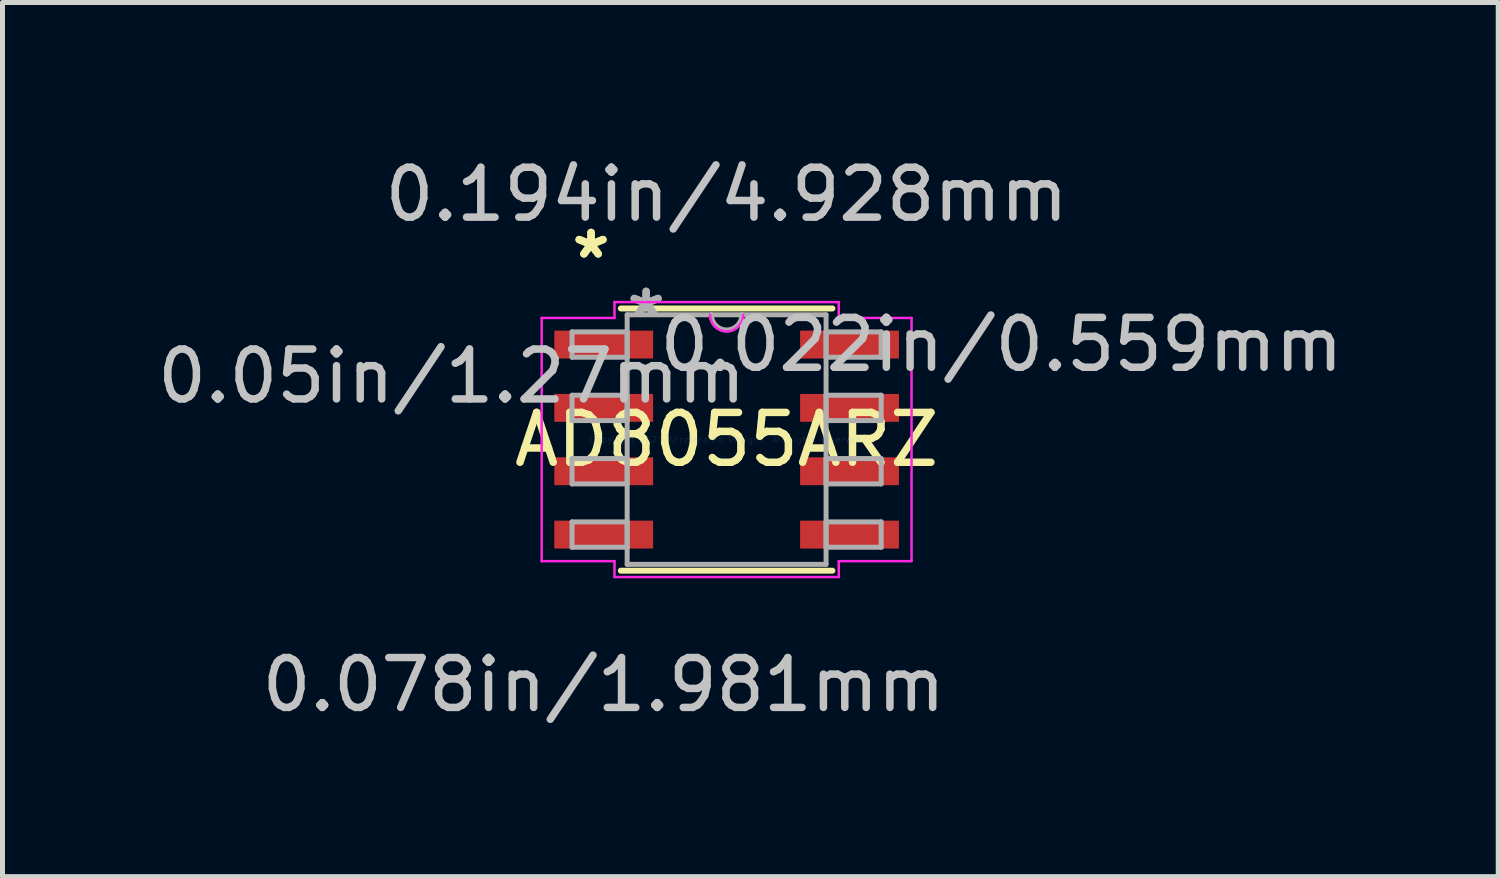
<source format=kicad_pcb>
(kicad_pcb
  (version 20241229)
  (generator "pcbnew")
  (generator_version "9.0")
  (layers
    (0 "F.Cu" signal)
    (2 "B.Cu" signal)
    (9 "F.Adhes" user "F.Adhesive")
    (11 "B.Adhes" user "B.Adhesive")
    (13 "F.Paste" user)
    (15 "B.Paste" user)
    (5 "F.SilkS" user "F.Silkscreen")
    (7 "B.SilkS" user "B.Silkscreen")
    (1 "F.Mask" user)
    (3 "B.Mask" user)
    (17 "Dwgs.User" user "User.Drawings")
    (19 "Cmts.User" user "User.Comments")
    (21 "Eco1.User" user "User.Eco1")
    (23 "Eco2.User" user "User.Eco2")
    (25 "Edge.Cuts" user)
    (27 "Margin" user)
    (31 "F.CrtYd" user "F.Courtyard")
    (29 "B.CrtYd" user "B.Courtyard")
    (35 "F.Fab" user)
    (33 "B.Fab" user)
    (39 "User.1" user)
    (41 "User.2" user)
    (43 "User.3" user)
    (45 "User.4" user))
  (footprint "AD8055ARZ"
    (layer "F.Cu")
    (at 11.518 5.763)
    (property "Reference" "AD8055ARZ" (at 0 0 0) (layer "F.SilkS") (effects (font (size 1 1) (thickness 0.15))))
    (attr through_hole)
    (fp_line (start -2.121 2.629) (end 2.121 2.629) (stroke (width 0.12) (type solid)) (layer "F.SilkS"))
    (fp_line (start 2.121 -2.629) (end -2.121 -2.629) (stroke (width 0.12) (type solid)) (layer "F.SilkS"))
    (fp_line (start -3.708 -2.438) (end -2.248 -2.438) (stroke (width 0.05) (type solid)) (layer "F.CrtYd"))
    (fp_line (start -3.708 2.438) (end -3.708 -2.438) (stroke (width 0.05) (type solid)) (layer "F.CrtYd"))
    (fp_line (start -2.248 -2.756) (end 2.248 -2.756) (stroke (width 0.05) (type solid)) (layer "F.CrtYd"))
    (fp_line (start -2.248 -2.438) (end -2.248 -2.756) (stroke (width 0.05) (type solid)) (layer "F.CrtYd"))
    (fp_line (start -2.248 2.438) (end -3.708 2.438) (stroke (width 0.05) (type solid)) (layer "F.CrtYd"))
    (fp_line (start -2.248 2.756) (end -2.248 2.438) (stroke (width 0.05) (type solid)) (layer "F.CrtYd"))
    (fp_line (start 2.248 -2.756) (end 2.248 -2.438) (stroke (width 0.05) (type solid)) (layer "F.CrtYd"))
    (fp_line (start 2.248 -2.438) (end 3.708 -2.438) (stroke (width 0.05) (type solid)) (layer "F.CrtYd"))
    (fp_line (start 2.248 2.438) (end 2.248 2.756) (stroke (width 0.05) (type solid)) (layer "F.CrtYd"))
    (fp_line (start 2.248 2.756) (end -2.248 2.756) (stroke (width 0.05) (type solid)) (layer "F.CrtYd"))
    (fp_line (start 3.708 -2.438) (end 3.708 2.438) (stroke (width 0.05) (type solid)) (layer "F.CrtYd"))
    (fp_line (start 3.708 2.438) (end 2.248 2.438) (stroke (width 0.05) (type solid)) (layer "F.CrtYd"))
    (fp_arc (start 0.332317 -2.5019) (mid 0 -2.169583) (end -0.332317 -2.5019) (stroke (width 0.05) (type solid)) (layer "F.CrtYd"))
    (fp_line (start -3.099 -2.159) (end -3.099 -1.651) (stroke (width 0.1) (type solid)) (layer "F.Fab"))
    (fp_line (start -3.099 -1.651) (end -1.994 -1.651) (stroke (width 0.1) (type solid)) (layer "F.Fab"))
    (fp_line (start -3.099 -0.889) (end -3.099 -0.381) (stroke (width 0.1) (type solid)) (layer "F.Fab"))
    (fp_line (start -3.099 -0.381) (end -1.994 -0.381) (stroke (width 0.1) (type solid)) (layer "F.Fab"))
    (fp_line (start -3.099 0.381) (end -3.099 0.889) (stroke (width 0.1) (type solid)) (layer "F.Fab"))
    (fp_line (start -3.099 0.889) (end -1.994 0.889) (stroke (width 0.1) (type solid)) (layer "F.Fab"))
    (fp_line (start -3.099 1.651) (end -3.099 2.159) (stroke (width 0.1) (type solid)) (layer "F.Fab"))
    (fp_line (start -3.099 2.159) (end -1.994 2.159) (stroke (width 0.1) (type solid)) (layer "F.Fab"))
    (fp_line (start -1.994 -2.502) (end -1.994 2.502) (stroke (width 0.1) (type solid)) (layer "F.Fab"))
    (fp_line (start -1.994 -2.159) (end -3.099 -2.159) (stroke (width 0.1) (type solid)) (layer "F.Fab"))
    (fp_line (start -1.994 -1.651) (end -1.994 -2.159) (stroke (width 0.1) (type solid)) (layer "F.Fab"))
    (fp_line (start -1.994 -0.889) (end -3.099 -0.889) (stroke (width 0.1) (type solid)) (layer "F.Fab"))
    (fp_line (start -1.994 -0.381) (end -1.994 -0.889) (stroke (width 0.1) (type solid)) (layer "F.Fab"))
    (fp_line (start -1.994 0.381) (end -3.099 0.381) (stroke (width 0.1) (type solid)) (layer "F.Fab"))
    (fp_line (start -1.994 0.889) (end -1.994 0.381) (stroke (width 0.1) (type solid)) (layer "F.Fab"))
    (fp_line (start -1.994 1.651) (end -3.099 1.651) (stroke (width 0.1) (type solid)) (layer "F.Fab"))
    (fp_line (start -1.994 2.159) (end -1.994 1.651) (stroke (width 0.1) (type solid)) (layer "F.Fab"))
    (fp_line (start -1.994 2.502) (end 1.994 2.502) (stroke (width 0.1) (type solid)) (layer "F.Fab"))
    (fp_line (start 1.994 -2.502) (end -1.994 -2.502) (stroke (width 0.1) (type solid)) (layer "F.Fab"))
    (fp_line (start 1.994 -2.159) (end 1.994 -1.651) (stroke (width 0.1) (type solid)) (layer "F.Fab"))
    (fp_line (start 1.994 -1.651) (end 3.099 -1.651) (stroke (width 0.1) (type solid)) (layer "F.Fab"))
    (fp_line (start 1.994 -0.889) (end 1.994 -0.381) (stroke (width 0.1) (type solid)) (layer "F.Fab"))
    (fp_line (start 1.994 -0.381) (end 3.099 -0.381) (stroke (width 0.1) (type solid)) (layer "F.Fab"))
    (fp_line (start 1.994 0.381) (end 1.994 0.889) (stroke (width 0.1) (type solid)) (layer "F.Fab"))
    (fp_line (start 1.994 0.889) (end 3.099 0.889) (stroke (width 0.1) (type solid)) (layer "F.Fab"))
    (fp_line (start 1.994 1.651) (end 1.994 2.159) (stroke (width 0.1) (type solid)) (layer "F.Fab"))
    (fp_line (start 1.994 2.159) (end 3.099 2.159) (stroke (width 0.1) (type solid)) (layer "F.Fab"))
    (fp_line (start 1.994 2.502) (end 1.994 -2.502) (stroke (width 0.1) (type solid)) (layer "F.Fab"))
    (fp_line (start 3.099 -2.159) (end 1.994 -2.159) (stroke (width 0.1) (type solid)) (layer "F.Fab"))
    (fp_line (start 3.099 -1.651) (end 3.099 -2.159) (stroke (width 0.1) (type solid)) (layer "F.Fab"))
    (fp_line (start 3.099 -0.889) (end 1.994 -0.889) (stroke (width 0.1) (type solid)) (layer "F.Fab"))
    (fp_line (start 3.099 -0.381) (end 3.099 -0.889) (stroke (width 0.1) (type solid)) (layer "F.Fab"))
    (fp_line (start 3.099 0.381) (end 1.994 0.381) (stroke (width 0.1) (type solid)) (layer "F.Fab"))
    (fp_line (start 3.099 0.889) (end 3.099 0.381) (stroke (width 0.1) (type solid)) (layer "F.Fab"))
    (fp_line (start 3.099 1.651) (end 1.994 1.651) (stroke (width 0.1) (type solid)) (layer "F.Fab"))
    (fp_line (start 3.099 2.159) (end 3.099 1.651) (stroke (width 0.1) (type solid)) (layer "F.Fab"))
    (fp_arc (start 0.3048 -2.5019) (mid 0 -2.1971) (end -0.3048 -2.5019) (stroke (width 0.1) (type solid)) (layer "F.Fab"))
    (fp_text user "*" (at -2.718 -3.607 0) (layer "F.SilkS") (effects (font (size 1 1) (thickness 0.15))))
    (fp_text user "*" (at -2.718 -3.607 0) (layer "F.SilkS") (effects (font (size 1 1) (thickness 0.15))))
    (fp_text user "0.078in/1.981mm" (at -2.464 4.915 0) (layer "Dwgs.User") (effects (font (size 1 1) (thickness 0.15))))
    (fp_text user "0.05in/1.27mm" (at -5.512 -1.27 0) (layer "Dwgs.User") (effects (font (size 1 1) (thickness 0.15))))
    (fp_text user "0.194in/4.928mm" (at 0 -4.915 0) (layer "Dwgs.User") (effects (font (size 1 1) (thickness 0.15))))
    (fp_text user "0.022in/0.559mm" (at 5.512 -1.905 0) (layer "Dwgs.User") (effects (font (size 1 1) (thickness 0.15))))
    (fp_text user "Copyright 2021 Accelerated Designs. All rights reserved." (at 0 0 0) (layer "Cmts.User") (effects (font (size 0.127 0.127) (thickness 0.002))))
    (fp_text user "*" (at -1.613 -2.426 0) (layer "F.Fab") (effects (font (size 1 1) (thickness 0.15))))
    (fp_text user "*" (at -1.613 -2.426 0) (layer "F.Fab") (effects (font (size 1 1) (thickness 0.15))))
    (pad "1" smd rect (at -2.464 -1.905) (size 1.981 0.559) (layers "F.Cu" "F.Mask" "F.Paste"))
    (pad "2" smd rect (at -2.464 -0.635) (size 1.981 0.559) (layers "F.Cu" "F.Mask" "F.Paste"))
    (pad "3" smd rect (at -2.464 0.635) (size 1.981 0.559) (layers "F.Cu" "F.Mask" "F.Paste"))
    (pad "4" smd rect (at -2.464 1.905) (size 1.981 0.559) (layers "F.Cu" "F.Mask" "F.Paste"))
    (pad "5" smd rect (at 2.464 1.905) (size 1.981 0.559) (layers "F.Cu" "F.Mask" "F.Paste"))
    (pad "6" smd rect (at 2.464 0.635) (size 1.981 0.559) (layers "F.Cu" "F.Mask" "F.Paste"))
    (pad "7" smd rect (at 2.464 -0.635) (size 1.981 0.559) (layers "F.Cu" "F.Mask" "F.Paste"))
    (pad "8" smd rect (at 2.464 -1.905) (size 1.981 0.559) (layers "F.Cu" "F.Mask" "F.Paste")))
  (gr_rect
    (start -3 -3)
    (end 26.988 14.526)
    (stroke (width 0.1) (type default))
    (fill no)
    (layer "Edge.Cuts")))
</source>
